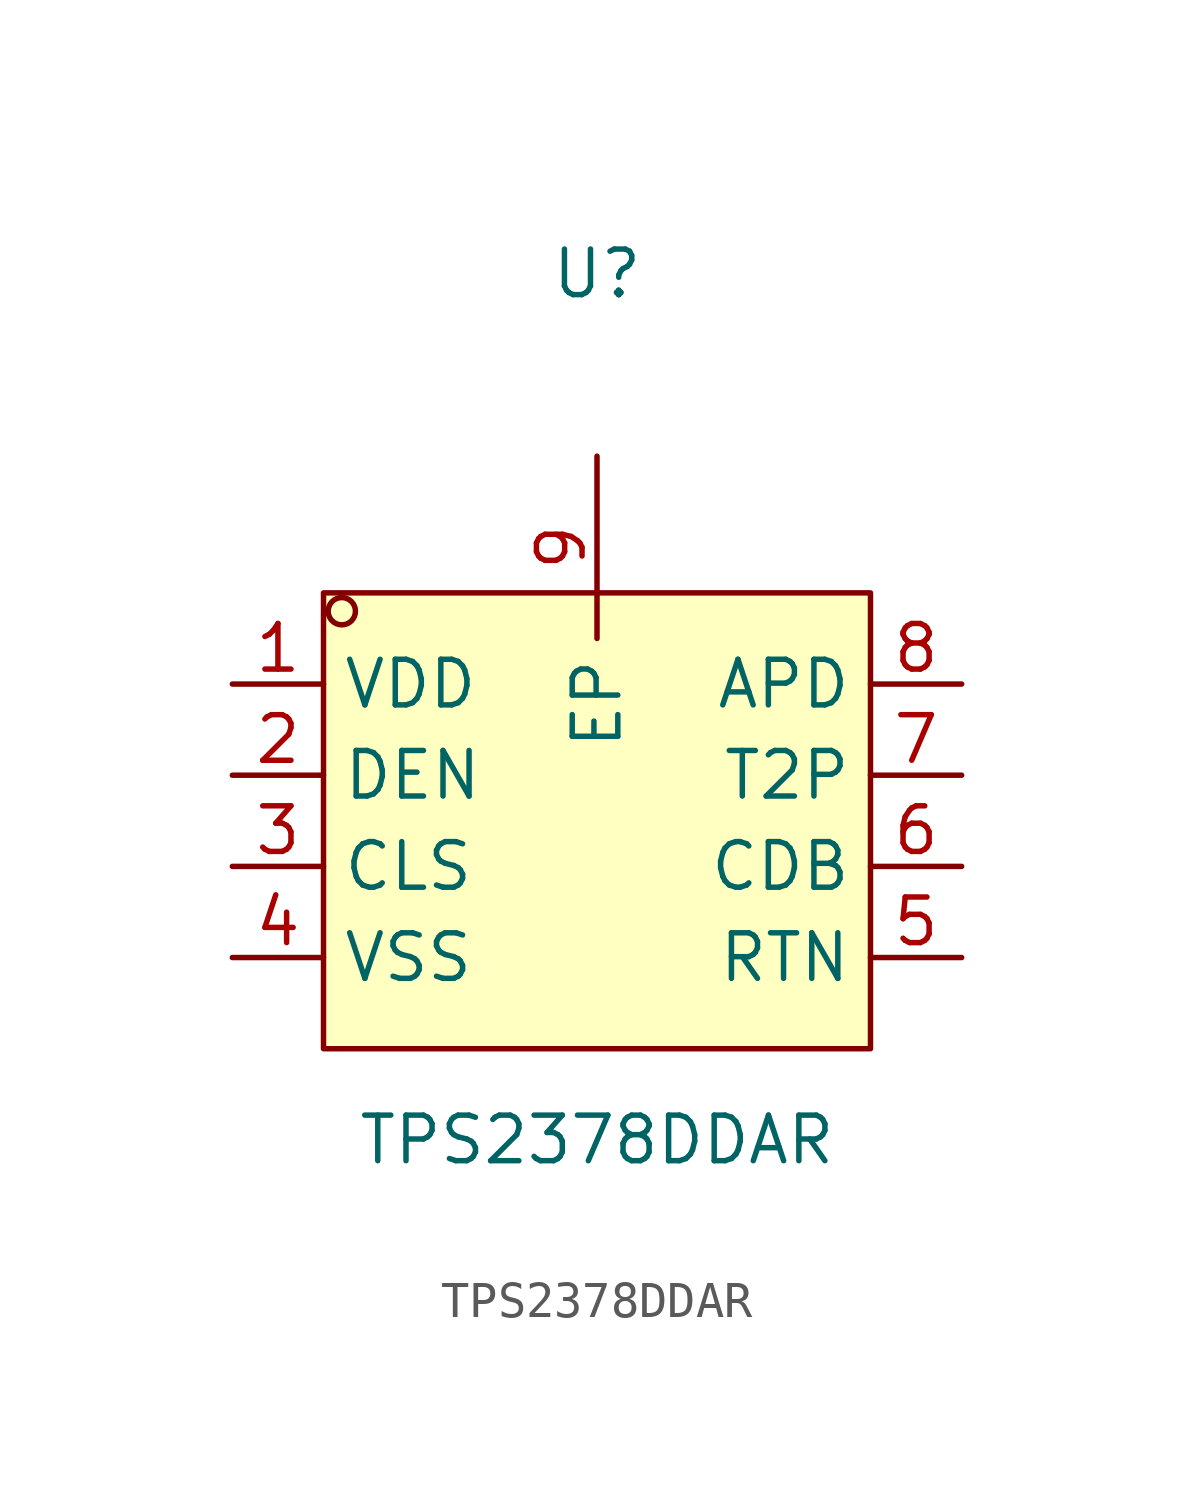
<source format=kicad_sym>
(kicad_symbol_lib
  (version 20211014)
  (generator https://github.com/uPesy/easyeda2kicad.py)
  (symbol "TPS2378DDAR"
    (property "Reference" "U"
      (at 0 15.24 0)
      (effects (font (size 1.27 1.27))))
    (property "Value" "TPS2378DDAR"
      (at 0 -8.89 0)
      (effects (font (size 1.27 1.27))))
    (symbol "TPS2378DDAR_0_1"
      (rectangle (start -7.62 6.35) (end 7.62 -6.35) (stroke (width 0) (type default) (color 0 0 0 0)) (fill (type background)))
      (circle (center -7.11 5.84) (radius 0.38) (stroke (width 0) (type default) (color 0 0 0 0)) (fill (type none)))
      (pin unspecified line (at -10.16 3.81 0) (length 2.54) (name "VDD" (effects (font (size 1.27 1.27)))) (number "1" (effects (font (size 1.27 1.27)))))
      (pin unspecified line (at -10.16 1.27 0) (length 2.54) (name "DEN" (effects (font (size 1.27 1.27)))) (number "2" (effects (font (size 1.27 1.27)))))
      (pin unspecified line (at -10.16 -1.27 0) (length 2.54) (name "CLS" (effects (font (size 1.27 1.27)))) (number "3" (effects (font (size 1.27 1.27)))))
      (pin unspecified line (at -10.16 -3.81 0) (length 2.54) (name "VSS" (effects (font (size 1.27 1.27)))) (number "4" (effects (font (size 1.27 1.27)))))
      (pin unspecified line (at 10.16 -3.81 180) (length 2.54) (name "RTN" (effects (font (size 1.27 1.27)))) (number "5" (effects (font (size 1.27 1.27)))))
      (pin unspecified line (at 10.16 -1.27 180) (length 2.54) (name "CDB" (effects (font (size 1.27 1.27)))) (number "6" (effects (font (size 1.27 1.27)))))
      (pin unspecified line (at 10.16 1.27 180) (length 2.54) (name "T2P" (effects (font (size 1.27 1.27)))) (number "7" (effects (font (size 1.27 1.27)))))
      (pin unspecified line (at 10.16 3.81 180) (length 2.54) (name "APD" (effects (font (size 1.27 1.27)))) (number "8" (effects (font (size 1.27 1.27)))))
      (pin unspecified line (at 0.00 10.16 270) (length 5.08) (name "EP" (effects (font (size 1.27 1.27)))) (number "9" (effects (font (size 1.27 1.27))))))))
</source>
